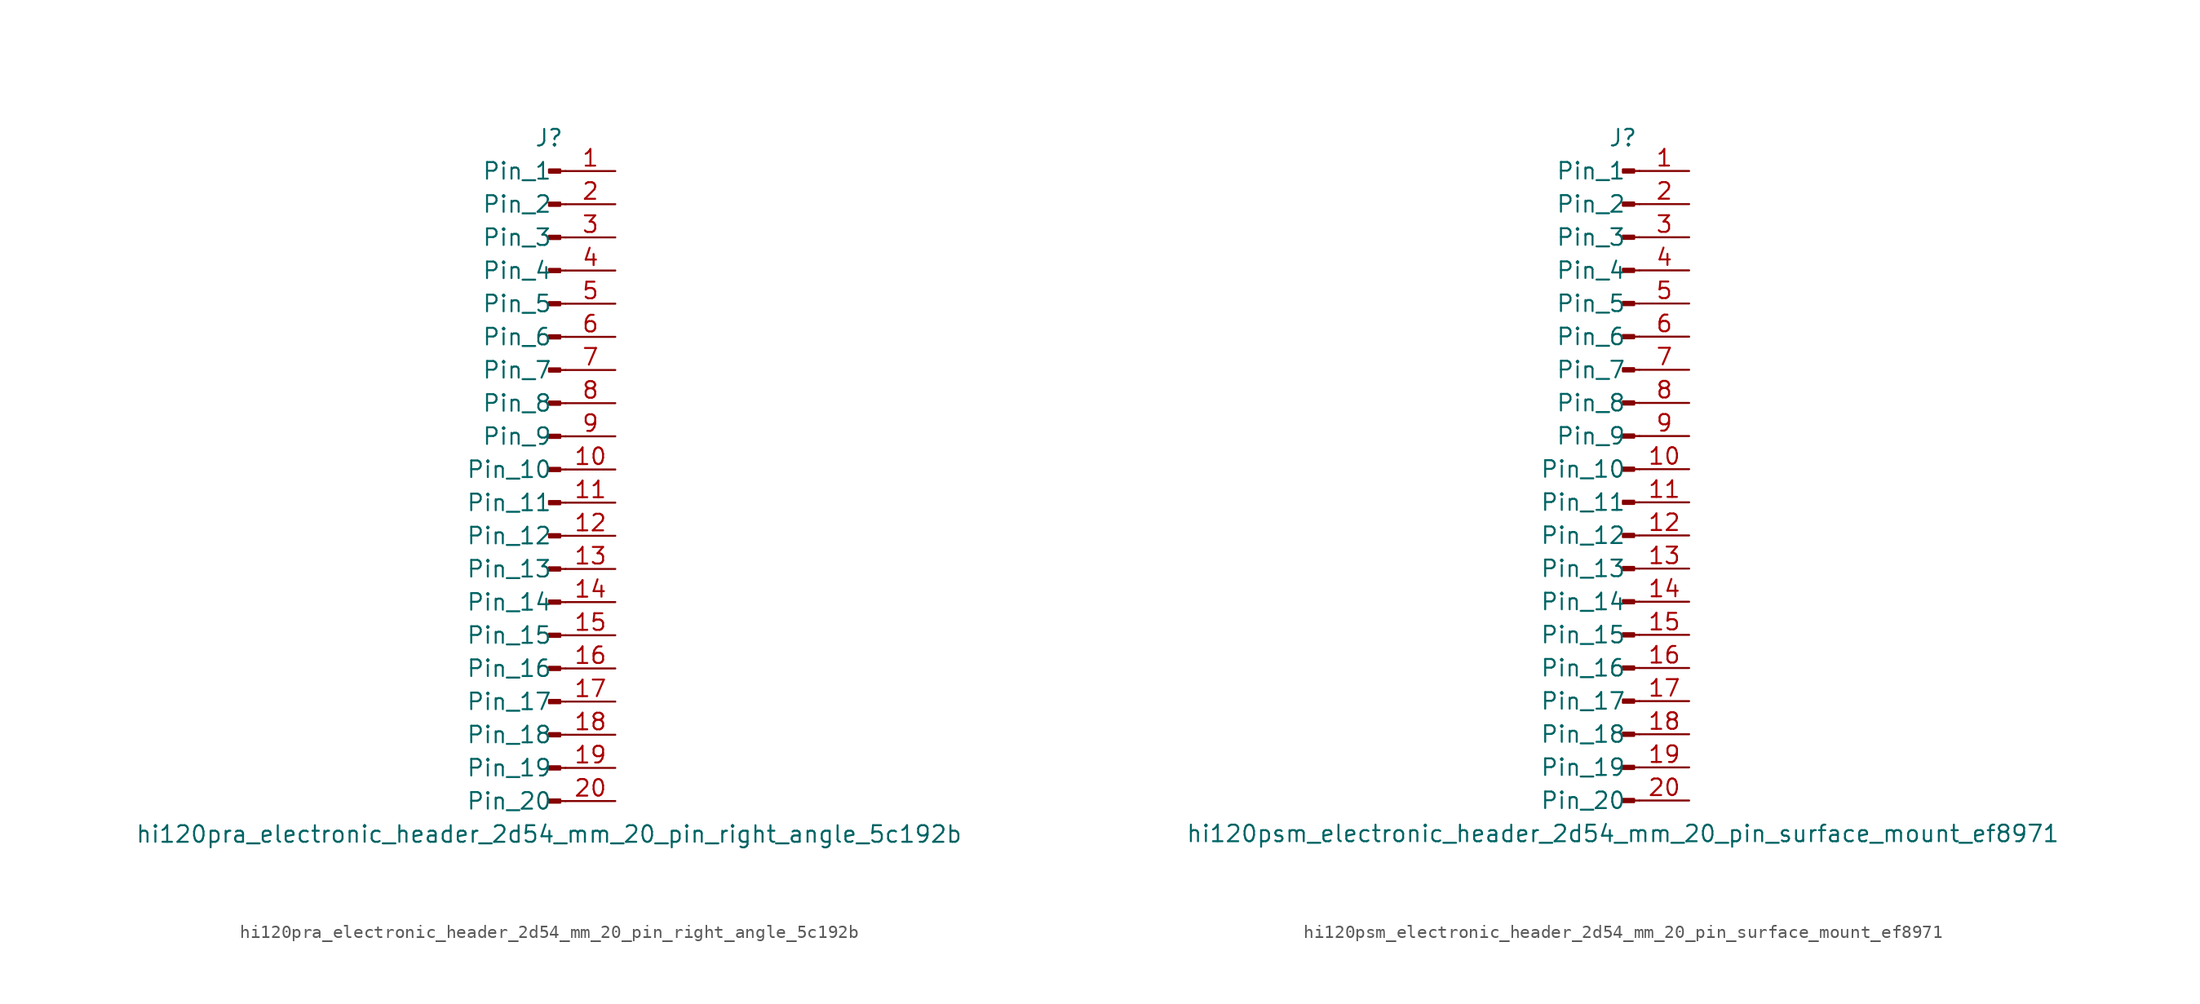
<source format=kicad_sym>
(kicad_symbol_lib
  (version 20220914)
  (generator kicad_symbol_editor)
  (symbol "hi120pra_electronic_header_2d54_mm_20_pin_right_angle_5c192b"
    (pin_names
      (offset 1.016))
    (property "Reference" "J"
      (at 0 25.4 0)
      (effects (font (size 1.27 1.27))))
    (property "Value" "hi120pra_electronic_header_2d54_mm_20_pin_right_angle_5c192b"
      (at 0 -27.94 0)
      (effects (font (size 1.27 1.27))))
    (property "ki_locked" ""
      (at 0 0 0)
      (effects (font (size 1.27 1.27))))
    (symbol "hi120pra_electronic_header_2d54_mm_20_pin_right_angle_5c192b_1_1"
      (polyline (pts (xy 1.27 -25.4) (xy 0.864 -25.4)) (stroke (width 0.152) (type default)) (fill (type none)))
      (polyline (pts (xy 1.27 -22.86) (xy 0.864 -22.86)) (stroke (width 0.152) (type default)) (fill (type none)))
      (polyline (pts (xy 1.27 -20.32) (xy 0.864 -20.32)) (stroke (width 0.152) (type default)) (fill (type none)))
      (polyline (pts (xy 1.27 -17.78) (xy 0.864 -17.78)) (stroke (width 0.152) (type default)) (fill (type none)))
      (polyline (pts (xy 1.27 -15.24) (xy 0.864 -15.24)) (stroke (width 0.152) (type default)) (fill (type none)))
      (polyline (pts (xy 1.27 -12.7) (xy 0.864 -12.7)) (stroke (width 0.152) (type default)) (fill (type none)))
      (polyline (pts (xy 1.27 -10.16) (xy 0.864 -10.16)) (stroke (width 0.152) (type default)) (fill (type none)))
      (polyline (pts (xy 1.27 -7.62) (xy 0.864 -7.62)) (stroke (width 0.152) (type default)) (fill (type none)))
      (polyline (pts (xy 1.27 -5.08) (xy 0.864 -5.08)) (stroke (width 0.152) (type default)) (fill (type none)))
      (polyline (pts (xy 1.27 -2.54) (xy 0.864 -2.54)) (stroke (width 0.152) (type default)) (fill (type none)))
      (polyline (pts (xy 1.27 0) (xy 0.864 0)) (stroke (width 0.152) (type default)) (fill (type none)))
      (polyline (pts (xy 1.27 2.54) (xy 0.864 2.54)) (stroke (width 0.152) (type default)) (fill (type none)))
      (polyline (pts (xy 1.27 5.08) (xy 0.864 5.08)) (stroke (width 0.152) (type default)) (fill (type none)))
      (polyline (pts (xy 1.27 7.62) (xy 0.864 7.62)) (stroke (width 0.152) (type default)) (fill (type none)))
      (polyline (pts (xy 1.27 10.16) (xy 0.864 10.16)) (stroke (width 0.152) (type default)) (fill (type none)))
      (polyline (pts (xy 1.27 12.7) (xy 0.864 12.7)) (stroke (width 0.152) (type default)) (fill (type none)))
      (polyline (pts (xy 1.27 15.24) (xy 0.864 15.24)) (stroke (width 0.152) (type default)) (fill (type none)))
      (polyline (pts (xy 1.27 17.78) (xy 0.864 17.78)) (stroke (width 0.152) (type default)) (fill (type none)))
      (polyline (pts (xy 1.27 20.32) (xy 0.864 20.32)) (stroke (width 0.152) (type default)) (fill (type none)))
      (polyline (pts (xy 1.27 22.86) (xy 0.864 22.86)) (stroke (width 0.152) (type default)) (fill (type none)))
      (rectangle (start 0.864 -25.273) (end 0 -25.527) (stroke (width 0.152) (type default)) (fill (type outline)))
      (rectangle (start 0.864 -22.733) (end 0 -22.987) (stroke (width 0.152) (type default)) (fill (type outline)))
      (rectangle (start 0.864 -20.193) (end 0 -20.447) (stroke (width 0.152) (type default)) (fill (type outline)))
      (rectangle (start 0.864 -17.653) (end 0 -17.907) (stroke (width 0.152) (type default)) (fill (type outline)))
      (rectangle (start 0.864 -15.113) (end 0 -15.367) (stroke (width 0.152) (type default)) (fill (type outline)))
      (rectangle (start 0.864 -12.573) (end 0 -12.827) (stroke (width 0.152) (type default)) (fill (type outline)))
      (rectangle (start 0.864 -10.033) (end 0 -10.287) (stroke (width 0.152) (type default)) (fill (type outline)))
      (rectangle (start 0.864 -7.493) (end 0 -7.747) (stroke (width 0.152) (type default)) (fill (type outline)))
      (rectangle (start 0.864 -4.953) (end 0 -5.207) (stroke (width 0.152) (type default)) (fill (type outline)))
      (rectangle (start 0.864 -2.413) (end 0 -2.667) (stroke (width 0.152) (type default)) (fill (type outline)))
      (rectangle (start 0.864 0.127) (end 0 -0.127) (stroke (width 0.152) (type default)) (fill (type outline)))
      (rectangle (start 0.864 2.667) (end 0 2.413) (stroke (width 0.152) (type default)) (fill (type outline)))
      (rectangle (start 0.864 5.207) (end 0 4.953) (stroke (width 0.152) (type default)) (fill (type outline)))
      (rectangle (start 0.864 7.747) (end 0 7.493) (stroke (width 0.152) (type default)) (fill (type outline)))
      (rectangle (start 0.864 10.287) (end 0 10.033) (stroke (width 0.152) (type default)) (fill (type outline)))
      (rectangle (start 0.864 12.827) (end 0 12.573) (stroke (width 0.152) (type default)) (fill (type outline)))
      (rectangle (start 0.864 15.367) (end 0 15.113) (stroke (width 0.152) (type default)) (fill (type outline)))
      (rectangle (start 0.864 17.907) (end 0 17.653) (stroke (width 0.152) (type default)) (fill (type outline)))
      (rectangle (start 0.864 20.447) (end 0 20.193) (stroke (width 0.152) (type default)) (fill (type outline)))
      (rectangle (start 0.864 22.987) (end 0 22.733) (stroke (width 0.152) (type default)) (fill (type outline)))
      (pin passive line (at 5.08 22.86 180) (length 3.81) (name "Pin_1" (effects (font (size 1.27 1.27)))) (number "1" (effects (font (size 1.27 1.27)))))
      (pin passive line (at 5.08 0 180) (length 3.81) (name "Pin_10" (effects (font (size 1.27 1.27)))) (number "10" (effects (font (size 1.27 1.27)))))
      (pin passive line (at 5.08 -2.54 180) (length 3.81) (name "Pin_11" (effects (font (size 1.27 1.27)))) (number "11" (effects (font (size 1.27 1.27)))))
      (pin passive line (at 5.08 -5.08 180) (length 3.81) (name "Pin_12" (effects (font (size 1.27 1.27)))) (number "12" (effects (font (size 1.27 1.27)))))
      (pin passive line (at 5.08 -7.62 180) (length 3.81) (name "Pin_13" (effects (font (size 1.27 1.27)))) (number "13" (effects (font (size 1.27 1.27)))))
      (pin passive line (at 5.08 -10.16 180) (length 3.81) (name "Pin_14" (effects (font (size 1.27 1.27)))) (number "14" (effects (font (size 1.27 1.27)))))
      (pin passive line (at 5.08 -12.7 180) (length 3.81) (name "Pin_15" (effects (font (size 1.27 1.27)))) (number "15" (effects (font (size 1.27 1.27)))))
      (pin passive line (at 5.08 -15.24 180) (length 3.81) (name "Pin_16" (effects (font (size 1.27 1.27)))) (number "16" (effects (font (size 1.27 1.27)))))
      (pin passive line (at 5.08 -17.78 180) (length 3.81) (name "Pin_17" (effects (font (size 1.27 1.27)))) (number "17" (effects (font (size 1.27 1.27)))))
      (pin passive line (at 5.08 -20.32 180) (length 3.81) (name "Pin_18" (effects (font (size 1.27 1.27)))) (number "18" (effects (font (size 1.27 1.27)))))
      (pin passive line (at 5.08 -22.86 180) (length 3.81) (name "Pin_19" (effects (font (size 1.27 1.27)))) (number "19" (effects (font (size 1.27 1.27)))))
      (pin passive line (at 5.08 20.32 180) (length 3.81) (name "Pin_2" (effects (font (size 1.27 1.27)))) (number "2" (effects (font (size 1.27 1.27)))))
      (pin passive line (at 5.08 -25.4 180) (length 3.81) (name "Pin_20" (effects (font (size 1.27 1.27)))) (number "20" (effects (font (size 1.27 1.27)))))
      (pin passive line (at 5.08 17.78 180) (length 3.81) (name "Pin_3" (effects (font (size 1.27 1.27)))) (number "3" (effects (font (size 1.27 1.27)))))
      (pin passive line (at 5.08 15.24 180) (length 3.81) (name "Pin_4" (effects (font (size 1.27 1.27)))) (number "4" (effects (font (size 1.27 1.27)))))
      (pin passive line (at 5.08 12.7 180) (length 3.81) (name "Pin_5" (effects (font (size 1.27 1.27)))) (number "5" (effects (font (size 1.27 1.27)))))
      (pin passive line (at 5.08 10.16 180) (length 3.81) (name "Pin_6" (effects (font (size 1.27 1.27)))) (number "6" (effects (font (size 1.27 1.27)))))
      (pin passive line (at 5.08 7.62 180) (length 3.81) (name "Pin_7" (effects (font (size 1.27 1.27)))) (number "7" (effects (font (size 1.27 1.27)))))
      (pin passive line (at 5.08 5.08 180) (length 3.81) (name "Pin_8" (effects (font (size 1.27 1.27)))) (number "8" (effects (font (size 1.27 1.27)))))
      (pin passive line (at 5.08 2.54 180) (length 3.81) (name "Pin_9" (effects (font (size 1.27 1.27)))) (number "9" (effects (font (size 1.27 1.27)))))))
  (symbol "hi120psm_electronic_header_2d54_mm_20_pin_surface_mount_ef8971"
    (pin_names
      (offset 1.016))
    (property "Reference" "J"
      (at 0 25.4 0)
      (effects (font (size 1.27 1.27))))
    (property "Value" "hi120psm_electronic_header_2d54_mm_20_pin_surface_mount_ef8971"
      (at 0 -27.94 0)
      (effects (font (size 1.27 1.27))))
    (property "ki_locked" ""
      (at 0 0 0)
      (effects (font (size 1.27 1.27))))
    (symbol "hi120psm_electronic_header_2d54_mm_20_pin_surface_mount_ef8971_1_1"
      (polyline (pts (xy 1.27 -25.4) (xy 0.864 -25.4)) (stroke (width 0.152) (type default)) (fill (type none)))
      (polyline (pts (xy 1.27 -22.86) (xy 0.864 -22.86)) (stroke (width 0.152) (type default)) (fill (type none)))
      (polyline (pts (xy 1.27 -20.32) (xy 0.864 -20.32)) (stroke (width 0.152) (type default)) (fill (type none)))
      (polyline (pts (xy 1.27 -17.78) (xy 0.864 -17.78)) (stroke (width 0.152) (type default)) (fill (type none)))
      (polyline (pts (xy 1.27 -15.24) (xy 0.864 -15.24)) (stroke (width 0.152) (type default)) (fill (type none)))
      (polyline (pts (xy 1.27 -12.7) (xy 0.864 -12.7)) (stroke (width 0.152) (type default)) (fill (type none)))
      (polyline (pts (xy 1.27 -10.16) (xy 0.864 -10.16)) (stroke (width 0.152) (type default)) (fill (type none)))
      (polyline (pts (xy 1.27 -7.62) (xy 0.864 -7.62)) (stroke (width 0.152) (type default)) (fill (type none)))
      (polyline (pts (xy 1.27 -5.08) (xy 0.864 -5.08)) (stroke (width 0.152) (type default)) (fill (type none)))
      (polyline (pts (xy 1.27 -2.54) (xy 0.864 -2.54)) (stroke (width 0.152) (type default)) (fill (type none)))
      (polyline (pts (xy 1.27 0) (xy 0.864 0)) (stroke (width 0.152) (type default)) (fill (type none)))
      (polyline (pts (xy 1.27 2.54) (xy 0.864 2.54)) (stroke (width 0.152) (type default)) (fill (type none)))
      (polyline (pts (xy 1.27 5.08) (xy 0.864 5.08)) (stroke (width 0.152) (type default)) (fill (type none)))
      (polyline (pts (xy 1.27 7.62) (xy 0.864 7.62)) (stroke (width 0.152) (type default)) (fill (type none)))
      (polyline (pts (xy 1.27 10.16) (xy 0.864 10.16)) (stroke (width 0.152) (type default)) (fill (type none)))
      (polyline (pts (xy 1.27 12.7) (xy 0.864 12.7)) (stroke (width 0.152) (type default)) (fill (type none)))
      (polyline (pts (xy 1.27 15.24) (xy 0.864 15.24)) (stroke (width 0.152) (type default)) (fill (type none)))
      (polyline (pts (xy 1.27 17.78) (xy 0.864 17.78)) (stroke (width 0.152) (type default)) (fill (type none)))
      (polyline (pts (xy 1.27 20.32) (xy 0.864 20.32)) (stroke (width 0.152) (type default)) (fill (type none)))
      (polyline (pts (xy 1.27 22.86) (xy 0.864 22.86)) (stroke (width 0.152) (type default)) (fill (type none)))
      (rectangle (start 0.864 -25.273) (end 0 -25.527) (stroke (width 0.152) (type default)) (fill (type outline)))
      (rectangle (start 0.864 -22.733) (end 0 -22.987) (stroke (width 0.152) (type default)) (fill (type outline)))
      (rectangle (start 0.864 -20.193) (end 0 -20.447) (stroke (width 0.152) (type default)) (fill (type outline)))
      (rectangle (start 0.864 -17.653) (end 0 -17.907) (stroke (width 0.152) (type default)) (fill (type outline)))
      (rectangle (start 0.864 -15.113) (end 0 -15.367) (stroke (width 0.152) (type default)) (fill (type outline)))
      (rectangle (start 0.864 -12.573) (end 0 -12.827) (stroke (width 0.152) (type default)) (fill (type outline)))
      (rectangle (start 0.864 -10.033) (end 0 -10.287) (stroke (width 0.152) (type default)) (fill (type outline)))
      (rectangle (start 0.864 -7.493) (end 0 -7.747) (stroke (width 0.152) (type default)) (fill (type outline)))
      (rectangle (start 0.864 -4.953) (end 0 -5.207) (stroke (width 0.152) (type default)) (fill (type outline)))
      (rectangle (start 0.864 -2.413) (end 0 -2.667) (stroke (width 0.152) (type default)) (fill (type outline)))
      (rectangle (start 0.864 0.127) (end 0 -0.127) (stroke (width 0.152) (type default)) (fill (type outline)))
      (rectangle (start 0.864 2.667) (end 0 2.413) (stroke (width 0.152) (type default)) (fill (type outline)))
      (rectangle (start 0.864 5.207) (end 0 4.953) (stroke (width 0.152) (type default)) (fill (type outline)))
      (rectangle (start 0.864 7.747) (end 0 7.493) (stroke (width 0.152) (type default)) (fill (type outline)))
      (rectangle (start 0.864 10.287) (end 0 10.033) (stroke (width 0.152) (type default)) (fill (type outline)))
      (rectangle (start 0.864 12.827) (end 0 12.573) (stroke (width 0.152) (type default)) (fill (type outline)))
      (rectangle (start 0.864 15.367) (end 0 15.113) (stroke (width 0.152) (type default)) (fill (type outline)))
      (rectangle (start 0.864 17.907) (end 0 17.653) (stroke (width 0.152) (type default)) (fill (type outline)))
      (rectangle (start 0.864 20.447) (end 0 20.193) (stroke (width 0.152) (type default)) (fill (type outline)))
      (rectangle (start 0.864 22.987) (end 0 22.733) (stroke (width 0.152) (type default)) (fill (type outline)))
      (pin passive line (at 5.08 22.86 180) (length 3.81) (name "Pin_1" (effects (font (size 1.27 1.27)))) (number "1" (effects (font (size 1.27 1.27)))))
      (pin passive line (at 5.08 0 180) (length 3.81) (name "Pin_10" (effects (font (size 1.27 1.27)))) (number "10" (effects (font (size 1.27 1.27)))))
      (pin passive line (at 5.08 -2.54 180) (length 3.81) (name "Pin_11" (effects (font (size 1.27 1.27)))) (number "11" (effects (font (size 1.27 1.27)))))
      (pin passive line (at 5.08 -5.08 180) (length 3.81) (name "Pin_12" (effects (font (size 1.27 1.27)))) (number "12" (effects (font (size 1.27 1.27)))))
      (pin passive line (at 5.08 -7.62 180) (length 3.81) (name "Pin_13" (effects (font (size 1.27 1.27)))) (number "13" (effects (font (size 1.27 1.27)))))
      (pin passive line (at 5.08 -10.16 180) (length 3.81) (name "Pin_14" (effects (font (size 1.27 1.27)))) (number "14" (effects (font (size 1.27 1.27)))))
      (pin passive line (at 5.08 -12.7 180) (length 3.81) (name "Pin_15" (effects (font (size 1.27 1.27)))) (number "15" (effects (font (size 1.27 1.27)))))
      (pin passive line (at 5.08 -15.24 180) (length 3.81) (name "Pin_16" (effects (font (size 1.27 1.27)))) (number "16" (effects (font (size 1.27 1.27)))))
      (pin passive line (at 5.08 -17.78 180) (length 3.81) (name "Pin_17" (effects (font (size 1.27 1.27)))) (number "17" (effects (font (size 1.27 1.27)))))
      (pin passive line (at 5.08 -20.32 180) (length 3.81) (name "Pin_18" (effects (font (size 1.27 1.27)))) (number "18" (effects (font (size 1.27 1.27)))))
      (pin passive line (at 5.08 -22.86 180) (length 3.81) (name "Pin_19" (effects (font (size 1.27 1.27)))) (number "19" (effects (font (size 1.27 1.27)))))
      (pin passive line (at 5.08 20.32 180) (length 3.81) (name "Pin_2" (effects (font (size 1.27 1.27)))) (number "2" (effects (font (size 1.27 1.27)))))
      (pin passive line (at 5.08 -25.4 180) (length 3.81) (name "Pin_20" (effects (font (size 1.27 1.27)))) (number "20" (effects (font (size 1.27 1.27)))))
      (pin passive line (at 5.08 17.78 180) (length 3.81) (name "Pin_3" (effects (font (size 1.27 1.27)))) (number "3" (effects (font (size 1.27 1.27)))))
      (pin passive line (at 5.08 15.24 180) (length 3.81) (name "Pin_4" (effects (font (size 1.27 1.27)))) (number "4" (effects (font (size 1.27 1.27)))))
      (pin passive line (at 5.08 12.7 180) (length 3.81) (name "Pin_5" (effects (font (size 1.27 1.27)))) (number "5" (effects (font (size 1.27 1.27)))))
      (pin passive line (at 5.08 10.16 180) (length 3.81) (name "Pin_6" (effects (font (size 1.27 1.27)))) (number "6" (effects (font (size 1.27 1.27)))))
      (pin passive line (at 5.08 7.62 180) (length 3.81) (name "Pin_7" (effects (font (size 1.27 1.27)))) (number "7" (effects (font (size 1.27 1.27)))))
      (pin passive line (at 5.08 5.08 180) (length 3.81) (name "Pin_8" (effects (font (size 1.27 1.27)))) (number "8" (effects (font (size 1.27 1.27)))))
      (pin passive line (at 5.08 2.54 180) (length 3.81) (name "Pin_9" (effects (font (size 1.27 1.27)))) (number "9" (effects (font (size 1.27 1.27))))))))
</source>
